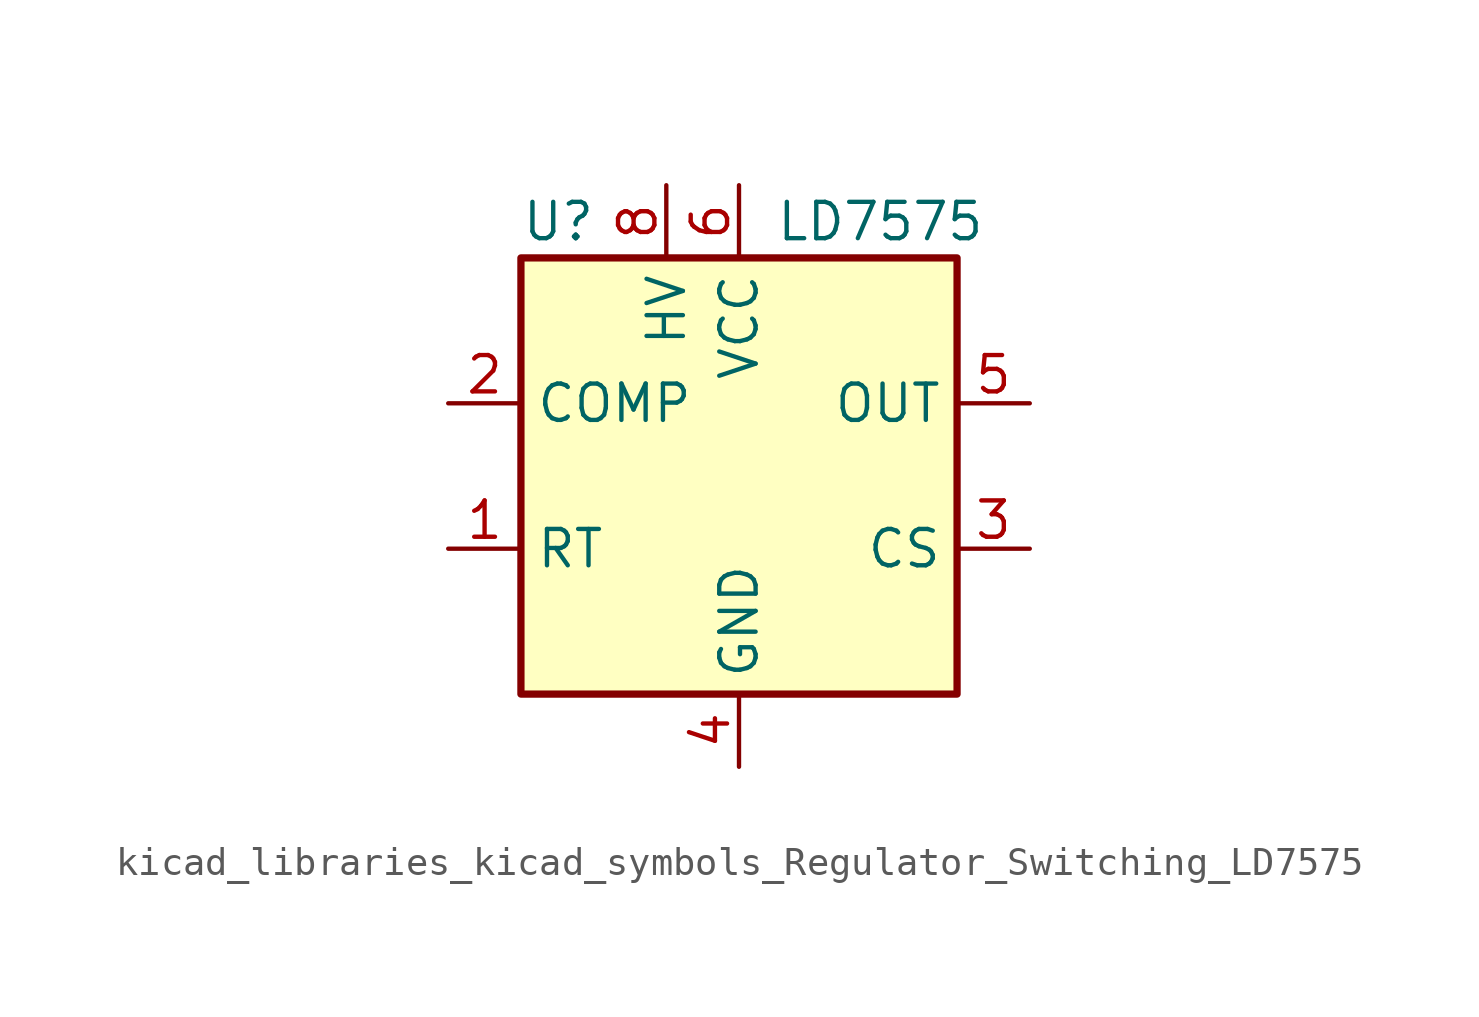
<source format=kicad_sym>
(kicad_symbol_lib
  (version 20220914)
  (generator kicad_symbol_editor)
  (symbol "kicad_libraries_kicad_symbols_Regulator_Switching_LD7575"
    (property "Reference" "U"
      (at -7.62 8.89 0)
      (effects (font (size 1.27 1.27)) (justify left)))
    (property "Value" "LD7575"
      (at 1.27 8.89 0)
      (effects (font (size 1.27 1.27)) (justify left)))
    (symbol "kicad_libraries_kicad_symbols_Regulator_Switching_LD7575_0_1"
      (rectangle (start -7.62 7.62) (end 7.62 -7.62) (stroke (width 0.254) (type default)) (fill (type background))))
    (symbol "kicad_libraries_kicad_symbols_Regulator_Switching_LD7575_1_1"
      (pin passive line (at -10.16 -2.54 0) (length 2.54) (name "RT" (effects (font (size 1.27 1.27)))) (number "1" (effects (font (size 1.27 1.27)))))
      (pin passive line (at -10.16 2.54 0) (length 2.54) (name "COMP" (effects (font (size 1.27 1.27)))) (number "2" (effects (font (size 1.27 1.27)))))
      (pin input line (at 10.16 -2.54 180) (length 2.54) (name "CS" (effects (font (size 1.27 1.27)))) (number "3" (effects (font (size 1.27 1.27)))))
      (pin power_in line (at 0 -10.16 90) (length 2.54) (name "GND" (effects (font (size 1.27 1.27)))) (number "4" (effects (font (size 1.27 1.27)))))
      (pin output line (at 10.16 2.54 180) (length 2.54) (name "OUT" (effects (font (size 1.27 1.27)))) (number "5" (effects (font (size 1.27 1.27)))))
      (pin power_in line (at 0 10.16 270) (length 2.54) (name "VCC" (effects (font (size 1.27 1.27)))) (number "6" (effects (font (size 1.27 1.27)))))
      (pin no_connect line (at 7.62 0 180) (length 2.54) hide (name "NC" (effects (font (size 1.27 1.27)))) (number "7" (effects (font (size 1.27 1.27)))))
      (pin passive line (at -2.54 10.16 270) (length 2.54) (name "HV" (effects (font (size 1.27 1.27)))) (number "8" (effects (font (size 1.27 1.27))))))))
</source>
